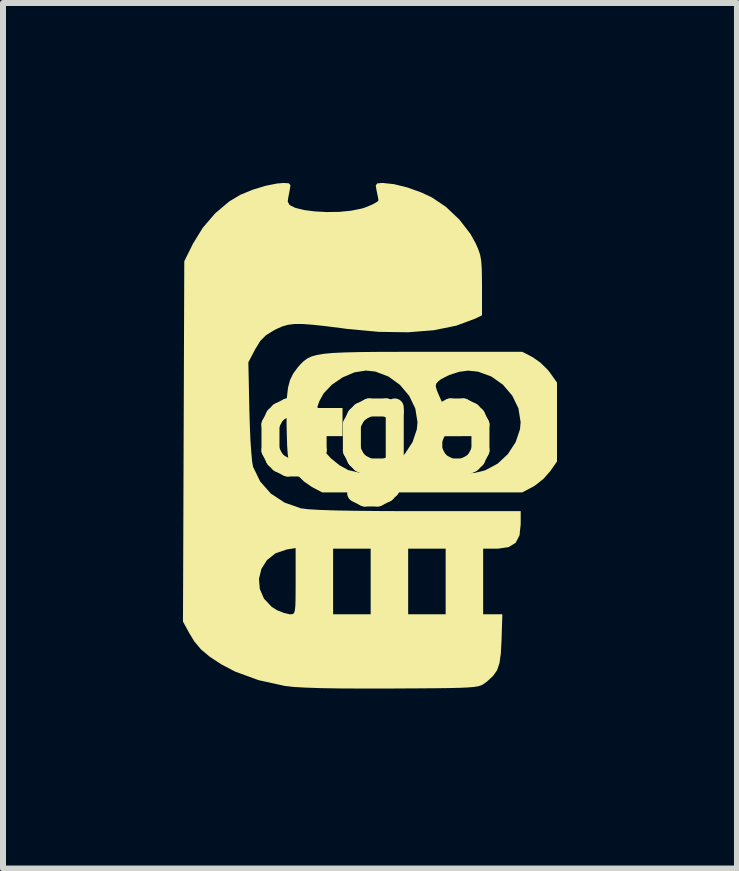
<source format=kicad_pcb>
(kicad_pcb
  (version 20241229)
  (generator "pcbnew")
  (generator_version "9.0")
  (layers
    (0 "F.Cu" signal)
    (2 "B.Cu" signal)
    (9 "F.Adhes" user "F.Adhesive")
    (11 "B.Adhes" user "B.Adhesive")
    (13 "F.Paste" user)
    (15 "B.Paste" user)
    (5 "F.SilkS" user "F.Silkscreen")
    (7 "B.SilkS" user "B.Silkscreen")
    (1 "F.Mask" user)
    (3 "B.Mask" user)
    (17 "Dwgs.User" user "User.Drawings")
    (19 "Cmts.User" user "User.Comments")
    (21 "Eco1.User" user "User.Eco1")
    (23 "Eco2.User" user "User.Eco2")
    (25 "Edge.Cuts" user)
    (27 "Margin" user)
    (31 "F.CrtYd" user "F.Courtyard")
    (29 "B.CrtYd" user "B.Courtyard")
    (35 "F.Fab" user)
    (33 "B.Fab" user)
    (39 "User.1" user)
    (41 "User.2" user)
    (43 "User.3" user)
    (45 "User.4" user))
  (footprint "logo"
    (layer "F.Cu")
    (at 2.816 4.064)
    (property "Reference" "logo" (at 0 0 0) (layer "F.SilkS") (effects (font (size 1.5 1.5) (thickness 0.3))))
    (attr board_only exclude_from_pos_files exclude_from_bom)
    (fp_poly (pts (xy 3.013 -1.16) (xy 3.142 -1.069) (xy 3.265 -0.949) (xy 3.302 -0.902) (xy 3.419 -0.736) (xy 3.419 -0.078) (xy 3.419 0.579) (xy 3.302 0.746) (xy 3.194 0.867) (xy 3.062 0.973) (xy 3.013 1.003) (xy 2.84 1.094) (xy 1.172 1.094) (xy -0.496 1.094) (xy -0.668 1.003) (xy -0.798 0.913) (xy -0.921 0.793) (xy -0.957 0.746) (xy -1.003 0.679) (xy -1.035 0.618) (xy -1.057 0.548) (xy -1.07 0.454) (xy -1.079 0.32) (xy -1.085 0.131) (xy -1.088 0.007) (xy -1.091 -0.272) (xy -1.089 -0.313) (xy -0.582 -0.313) (xy -0.369 -0.313) (xy -0.156 -0.313) (xy -0.156 -0.078) (xy -0.156 0.156) (xy -0.369 0.156) (xy -0.582 0.156) (xy -0.543 0.267) (xy -0.472 0.392) (xy -0.352 0.524) (xy -0.208 0.641) (xy -0.065 0.72) (xy -0.054 0.724) (xy 0.164 0.774) (xy 0.376 0.76) (xy 0.513 0.721) (xy 0.712 0.614) (xy 0.882 0.453) (xy 1.011 0.256) (xy 1.083 0.042) (xy 1.094 -0.075) (xy 1.057 -0.304) (xy 0.955 -0.516) (xy 0.819 -0.677) (xy 1.397 -0.677) (xy 1.416 -0.608) (xy 1.459 -0.506) (xy 1.544 -0.314) (xy 1.788 -0.314) (xy 2.032 -0.313) (xy 2.032 -0.078) (xy 2.032 0.156) (xy 1.788 0.157) (xy 1.544 0.158) (xy 1.459 0.35) (xy 1.412 0.463) (xy 1.397 0.529) (xy 1.412 0.571) (xy 1.442 0.603) (xy 1.552 0.671) (xy 1.703 0.732) (xy 1.86 0.771) (xy 1.939 0.779) (xy 2.054 0.767) (xy 2.191 0.735) (xy 2.232 0.721) (xy 2.431 0.614) (xy 2.602 0.453) (xy 2.73 0.256) (xy 2.802 0.042) (xy 2.813 -0.075) (xy 2.776 -0.307) (xy 2.673 -0.519) (xy 2.518 -0.701) (xy 2.324 -0.838) (xy 2.102 -0.919) (xy 1.934 -0.936) (xy 1.785 -0.915) (xy 1.623 -0.863) (xy 1.487 -0.794) (xy 1.447 -0.763) (xy 1.407 -0.721) (xy 1.397 -0.677) (xy 0.819 -0.677) (xy 0.802 -0.698) (xy 0.61 -0.837) (xy 0.392 -0.92) (xy 0.234 -0.937) (xy 0.043 -0.907) (xy -0.153 -0.824) (xy -0.331 -0.703) (xy -0.47 -0.558) (xy -0.542 -0.428) (xy -0.582 -0.313) (xy -1.089 -0.313) (xy -1.084 -0.486) (xy -1.065 -0.651) (xy -1.031 -0.779) (xy -0.98 -0.884) (xy -0.909 -0.981) (xy -0.856 -1.043) (xy -0.804 -1.094) (xy -0.747 -1.136) (xy -0.677 -1.17) (xy -0.587 -1.196) (xy -0.469 -1.216) (xy -0.317 -1.23) (xy -0.122 -1.239) (xy 0.123 -1.245) (xy 0.424 -1.248) (xy 0.79 -1.249) (xy 1.176 -1.25) (xy 2.84 -1.25)) (stroke (width 0) (type solid)) (fill yes) (layer "F.SilkS"))
    (fp_poly (pts (xy 0.702 -4.044) (xy 0.925 -3.989) (xy 1.154 -3.907) (xy 1.334 -3.823) (xy 1.57 -3.664) (xy 1.792 -3.453) (xy 1.976 -3.215) (xy 2.063 -3.058) (xy 2.108 -2.956) (xy 2.138 -2.865) (xy 2.156 -2.763) (xy 2.165 -2.632) (xy 2.168 -2.452) (xy 2.169 -2.345) (xy 2.169 -1.858) (xy 2.052 -1.801) (xy 1.739 -1.685) (xy 1.365 -1.609) (xy 0.933 -1.575) (xy 0.45 -1.582) (xy -0.081 -1.631) (xy -0.13 -1.638) (xy -0.42 -1.675) (xy -0.646 -1.7) (xy -0.82 -1.713) (xy -0.955 -1.713) (xy -1.063 -1.7) (xy -1.156 -1.674) (xy -1.248 -1.634) (xy -1.294 -1.611) (xy -1.431 -1.527) (xy -1.527 -1.431) (xy -1.612 -1.292) (xy -1.614 -1.288) (xy -1.726 -1.075) (xy -1.709 -0.274) (xy -1.701 -0.01) (xy -1.691 0.229) (xy -1.677 0.43) (xy -1.663 0.581) (xy -1.647 0.668) (xy -1.647 0.669) (xy -1.529 0.912) (xy -1.351 1.114) (xy -1.121 1.265) (xy -0.852 1.359) (xy -0.839 1.361) (xy -0.728 1.375) (xy -0.542 1.386) (xy -0.28 1.395) (xy 0.058 1.401) (xy 0.474 1.405) (xy 0.967 1.407) (xy 1.101 1.407) (xy 2.814 1.407) (xy 2.814 1.623) (xy 2.794 1.81) (xy 2.73 1.934) (xy 2.613 2.006) (xy 2.437 2.032) (xy 2.405 2.032) (xy 2.188 2.032) (xy 2.188 2.579) (xy 2.188 3.126) (xy 2.348 3.126) (xy 2.508 3.126) (xy 2.495 3.553) (xy 2.483 3.775) (xy 2.461 3.937) (xy 2.421 4.057) (xy 2.355 4.152) (xy 2.258 4.242) (xy 2.212 4.277) (xy 2.182 4.297) (xy 2.146 4.314) (xy 2.097 4.328) (xy 2.027 4.338) (xy 1.928 4.346) (xy 1.792 4.352) (xy 1.611 4.356) (xy 1.377 4.359) (xy 1.082 4.361) (xy 0.718 4.363) (xy 0.652 4.364) (xy 0.187 4.364) (xy -0.203 4.362) (xy -0.524 4.357) (xy -0.779 4.348) (xy -0.974 4.337) (xy -1.111 4.321) (xy -1.115 4.321) (xy -1.556 4.224) (xy -1.947 4.081) (xy -2.174 3.962) (xy -2.371 3.833) (xy -2.516 3.711) (xy -2.628 3.577) (xy -2.712 3.438) (xy -2.816 3.248) (xy -2.813 2.535) (xy -1.549 2.535) (xy -1.535 2.705) (xy -1.465 2.866) (xy -1.336 3.003) (xy -1.248 3.058) (xy -1.135 3.103) (xy -1.036 3.126) (xy -1.026 3.126) (xy -0.991 3.124) (xy -0.967 3.109) (xy -0.952 3.069) (xy -0.943 2.992) (xy -0.939 2.866) (xy -0.938 2.68) (xy -0.938 2.579) (xy -0.313 2.579) (xy -0.313 3.126) (xy 0 3.126) (xy 0.313 3.126) (xy 0.313 2.579) (xy 0.938 2.579) (xy 0.938 3.126) (xy 1.25 3.126) (xy 1.563 3.126) (xy 1.563 2.579) (xy 1.563 2.032) (xy 1.25 2.032) (xy 0.938 2.032) (xy 0.938 2.579) (xy 0.313 2.579) (xy 0.313 2.032) (xy 0 2.032) (xy -0.313 2.032) (xy -0.313 2.579) (xy -0.938 2.579) (xy -0.938 2.574) (xy -0.938 2.022) (xy -1.083 2.045) (xy -1.273 2.109) (xy -1.415 2.222) (xy -1.508 2.368) (xy -1.549 2.535) (xy -2.813 2.535) (xy -2.805 0.245) (xy -2.794 -2.759) (xy -2.647 -3.056) (xy -2.486 -3.317) (xy -2.28 -3.557) (xy -2.046 -3.755) (xy -1.859 -3.867) (xy -1.66 -3.949) (xy -1.447 -4.015) (xy -1.248 -4.055) (xy -1.14 -4.064) (xy -1.053 -4.059) (xy -1.024 -4.028) (xy -1.036 -3.947) (xy -1.038 -3.937) (xy -1.059 -3.831) (xy -1.07 -3.753) (xy -1.07 -3.753) (xy -1.038 -3.696) (xy -0.943 -3.649) (xy -0.799 -3.613) (xy -0.62 -3.59) (xy -0.42 -3.579) (xy -0.214 -3.582) (xy -0.017 -3.601) (xy 0.159 -3.636) (xy 0.234 -3.66) (xy 0.348 -3.708) (xy 0.424 -3.752) (xy 0.444 -3.775) (xy 0.433 -3.835) (xy 0.413 -3.932) (xy 0.411 -3.937) (xy 0.398 -4.023) (xy 0.423 -4.057) (xy 0.504 -4.064) (xy 0.516 -4.064)) (stroke (width 0) (type solid)) (fill yes) (layer "F.SilkS")))
  (gr_rect
    (start -3 -3)
    (end 9.235 11.428)
    (stroke (width 0.1) (type default))
    (fill no)
    (layer "Edge.Cuts")))
</source>
